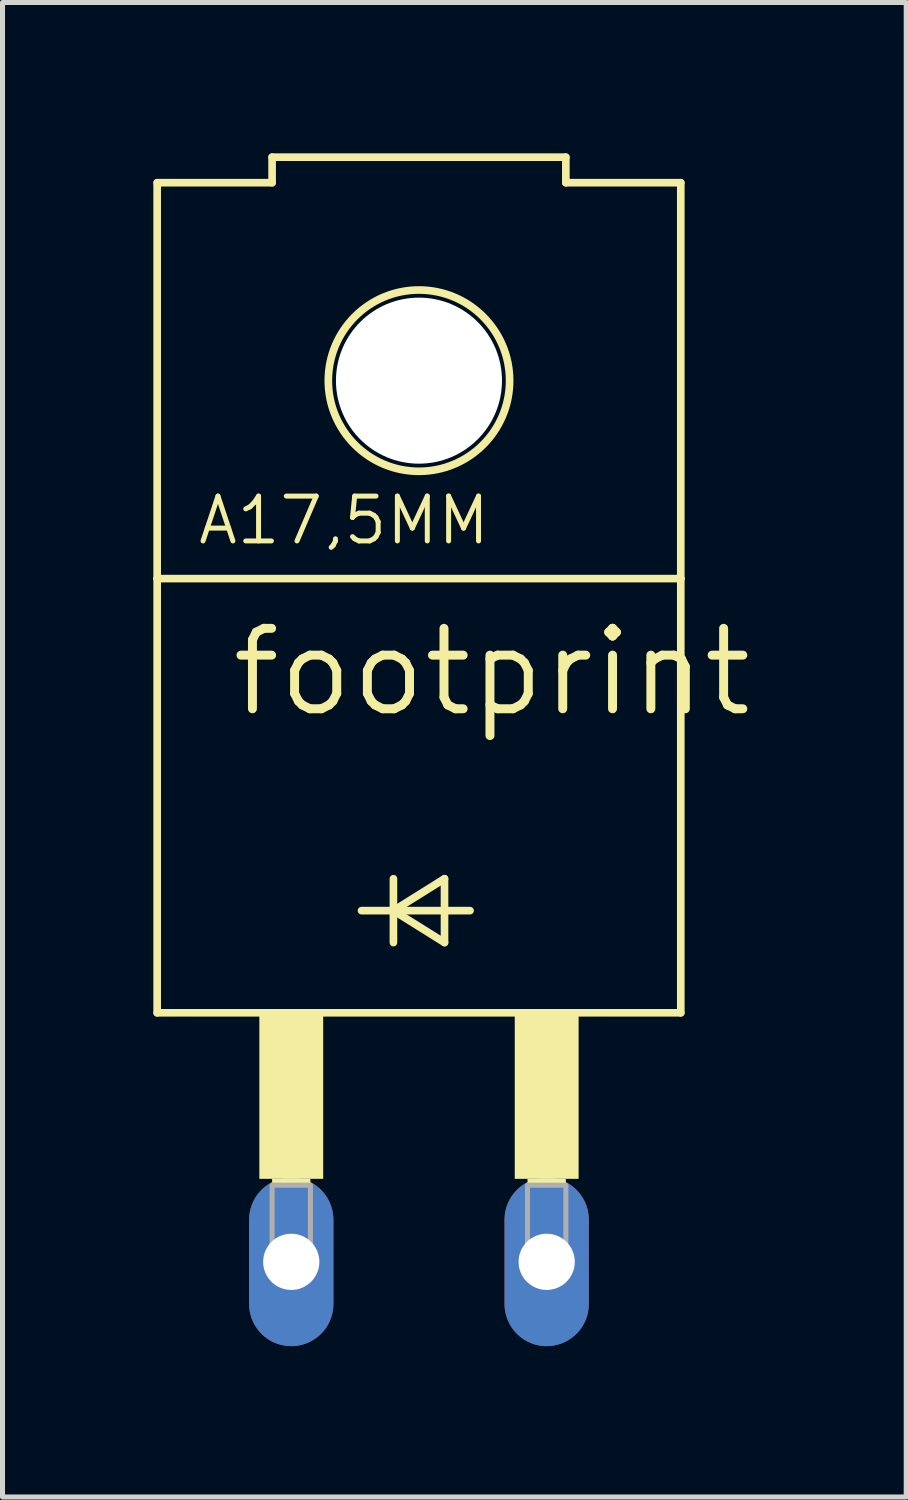
<source format=kicad_pcb>
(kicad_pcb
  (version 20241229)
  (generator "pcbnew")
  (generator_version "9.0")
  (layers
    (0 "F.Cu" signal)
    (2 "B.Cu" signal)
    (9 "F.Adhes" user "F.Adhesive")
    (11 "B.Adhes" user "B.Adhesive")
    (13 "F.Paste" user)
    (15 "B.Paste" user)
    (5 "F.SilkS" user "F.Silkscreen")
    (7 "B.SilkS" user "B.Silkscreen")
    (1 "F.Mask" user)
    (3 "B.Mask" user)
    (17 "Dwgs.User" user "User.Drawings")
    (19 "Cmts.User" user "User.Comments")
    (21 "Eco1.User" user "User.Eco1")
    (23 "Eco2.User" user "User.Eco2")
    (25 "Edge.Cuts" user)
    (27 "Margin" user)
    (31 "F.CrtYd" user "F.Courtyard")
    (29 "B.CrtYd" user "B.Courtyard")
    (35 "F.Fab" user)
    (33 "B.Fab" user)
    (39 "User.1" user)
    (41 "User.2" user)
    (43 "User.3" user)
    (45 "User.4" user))
  (footprint "footprint"
    (layer "F.Cu")
    (at 5.283 15.697)
    (property "Reference" "footprint" (at -3.81 -4.445 0) (layer "F.SilkS") (effects (font (size 1.6 1.6) (thickness 0.178)) (justify left bottom)))
    (fp_line (start -5.207 -15.113) (end -2.921 -15.113) (stroke (width 0.152) (type solid)) (layer "F.SilkS"))
    (fp_line (start -5.207 -7.239) (end -5.207 -15.113) (stroke (width 0.152) (type solid)) (layer "F.SilkS"))
    (fp_line (start -5.207 -7.239) (end 5.207 -7.239) (stroke (width 0.152) (type solid)) (layer "F.SilkS"))
    (fp_line (start -5.207 1.397) (end -5.207 -7.239) (stroke (width 0.152) (type solid)) (layer "F.SilkS"))
    (fp_line (start -5.207 1.397) (end 5.207 1.397) (stroke (width 0.152) (type solid)) (layer "F.SilkS"))
    (fp_line (start -2.921 -15.621) (end -2.921 -15.113) (stroke (width 0.152) (type solid)) (layer "F.SilkS"))
    (fp_line (start -2.921 -15.621) (end 2.921 -15.621) (stroke (width 0.152) (type solid)) (layer "F.SilkS"))
    (fp_line (start -1.143 -0.635) (end -0.508 -0.635) (stroke (width 0.152) (type solid)) (layer "F.SilkS"))
    (fp_line (start -0.508 -1.27) (end -0.508 -0.635) (stroke (width 0.152) (type solid)) (layer "F.SilkS"))
    (fp_line (start -0.508 -0.635) (end -0.508 0) (stroke (width 0.152) (type solid)) (layer "F.SilkS"))
    (fp_line (start -0.508 -0.635) (end 0.508 -1.27) (stroke (width 0.152) (type solid)) (layer "F.SilkS"))
    (fp_line (start -0.508 -0.635) (end 1.016 -0.635) (stroke (width 0.152) (type solid)) (layer "F.SilkS"))
    (fp_line (start 0.508 -1.27) (end 0.508 0) (stroke (width 0.152) (type solid)) (layer "F.SilkS"))
    (fp_line (start 0.508 0) (end -0.508 -0.635) (stroke (width 0.152) (type solid)) (layer "F.SilkS"))
    (fp_line (start 2.921 -15.621) (end 2.921 -15.113) (stroke (width 0.152) (type solid)) (layer "F.SilkS"))
    (fp_line (start 5.207 -15.113) (end 2.921 -15.113) (stroke (width 0.152) (type solid)) (layer "F.SilkS"))
    (fp_line (start 5.207 -7.239) (end 5.207 -15.113) (stroke (width 0.152) (type solid)) (layer "F.SilkS"))
    (fp_line (start 5.207 1.397) (end 5.207 -7.239) (stroke (width 0.152) (type solid)) (layer "F.SilkS"))
    (fp_circle (center 0 -11.176) (end 1.803 -11.176) (stroke (width 0.152) (type solid)) (fill no) (layer "F.SilkS"))
    (fp_poly (pts (xy -3.175 4.699) (xy -1.905 4.699) (xy -1.905 1.397) (xy -3.175 1.397)) (stroke (width 0) (type solid)) (fill yes) (layer "F.SilkS"))
    (fp_poly (pts (xy -2.921 4.826) (xy -2.159 4.826) (xy -2.159 4.699) (xy -2.921 4.699)) (stroke (width 0) (type solid)) (fill yes) (layer "F.SilkS"))
    (fp_poly (pts (xy 1.905 4.699) (xy 3.175 4.699) (xy 3.175 1.397) (xy 1.905 1.397)) (stroke (width 0) (type solid)) (fill yes) (layer "F.SilkS"))
    (fp_poly (pts (xy 2.159 4.826) (xy 2.921 4.826) (xy 2.921 4.699) (xy 2.159 4.699)) (stroke (width 0) (type solid)) (fill yes) (layer "F.SilkS"))
    (fp_poly (pts (xy -2.921 6.477) (xy -2.159 6.477) (xy -2.159 4.826) (xy -2.921 4.826)) (stroke (width 0.1) (type solid)) (fill no) (layer "F.Fab"))
    (fp_poly (pts (xy 2.159 6.477) (xy 2.921 6.477) (xy 2.921 4.826) (xy 2.159 4.826)) (stroke (width 0.1) (type solid)) (fill no) (layer "F.Fab"))
    (fp_text user "A17,5MM" (at -4.445 -7.874 0) (layer "F.SilkS") (effects (font (size 0.892 0.892) (thickness 0.099)) (justify left bottom)))
    (pad "" np_thru_hole circle (at 0 -11.176) (size 3.302 3.302) (drill 3.302) (layers "*.Cu" "*.Mask"))
    (pad "A" thru_hole oval (at 2.54 6.35 90) (size 3.353 1.676) (drill 1.118) (layers "*.Cu" "*.Mask"))
    (pad "C" thru_hole oval (at -2.54 6.35 90) (size 3.353 1.676) (drill 1.118) (layers "*.Cu" "*.Mask"))
    (zone (net_name "") (layers "F.Cu" "B.Cu") (hatch edge 0.508) (connect_pads) (min_thickness 0.254) (filled_areas_thickness no) (keepout (tracks allowed) (vias not_allowed) (pads allowed) (copperpour allowed) (footprints allowed)) (placement (enabled no)) (fill) (polygon (pts (xy 8.204 4.521) (xy 8.16 4.014) (xy 8.028 3.522) (xy 7.813 3.061) (xy 7.521 2.644) (xy 7.161 2.284) (xy 6.744 1.992) (xy 6.282 1.776) (xy 5.79 1.645) (xy 5.283 1.6) (xy 4.776 1.645) (xy 4.284 1.776) (xy 3.823 1.992) (xy 3.406 2.284) (xy 3.046 2.644) (xy 2.754 3.061) (xy 2.538 3.522) (xy 2.407 4.014) (xy 2.362 4.521) (xy 2.407 5.028) (xy 2.538 5.52) (xy 2.754 5.982) (xy 3.046 6.399) (xy 3.406 6.759) (xy 3.823 7.051) (xy 4.284 7.266) (xy 4.776 7.398) (xy 5.283 7.442) (xy 5.79 7.398) (xy 6.282 7.266) (xy 6.744 7.051) (xy 7.161 6.759) (xy 7.521 6.399) (xy 7.813 5.982) (xy 8.028 5.52) (xy 8.16 5.028))))
    (zone (net_name "") (layer "B.Cu") (hatch edge 0.508) (connect_pads) (min_thickness 0.254) (filled_areas_thickness no) (keepout (tracks not_allowed) (vias not_allowed) (pads not_allowed) (copperpour not_allowed) (footprints allowed)) (placement (enabled no)) (fill) (polygon (pts (xy 8.204 4.521) (xy 8.16 4.014) (xy 8.028 3.522) (xy 7.813 3.061) (xy 7.521 2.644) (xy 7.161 2.284) (xy 6.744 1.992) (xy 6.282 1.776) (xy 5.79 1.645) (xy 5.283 1.6) (xy 4.776 1.645) (xy 4.284 1.776) (xy 3.823 1.992) (xy 3.406 2.284) (xy 3.046 2.644) (xy 2.754 3.061) (xy 2.538 3.522) (xy 2.407 4.014) (xy 2.362 4.521) (xy 2.407 5.028) (xy 2.538 5.52) (xy 2.754 5.982) (xy 3.046 6.399) (xy 3.406 6.759) (xy 3.823 7.051) (xy 4.284 7.266) (xy 4.776 7.398) (xy 5.283 7.442) (xy 5.79 7.398) (xy 6.282 7.266) (xy 6.744 7.051) (xy 7.161 6.759) (xy 7.521 6.399) (xy 7.813 5.982) (xy 8.028 5.52) (xy 8.16 5.028)))))
  (gr_rect
    (start -3 -3)
    (end 14.974 26.724)
    (stroke (width 0.1) (type default))
    (fill no)
    (layer "Edge.Cuts")))
</source>
